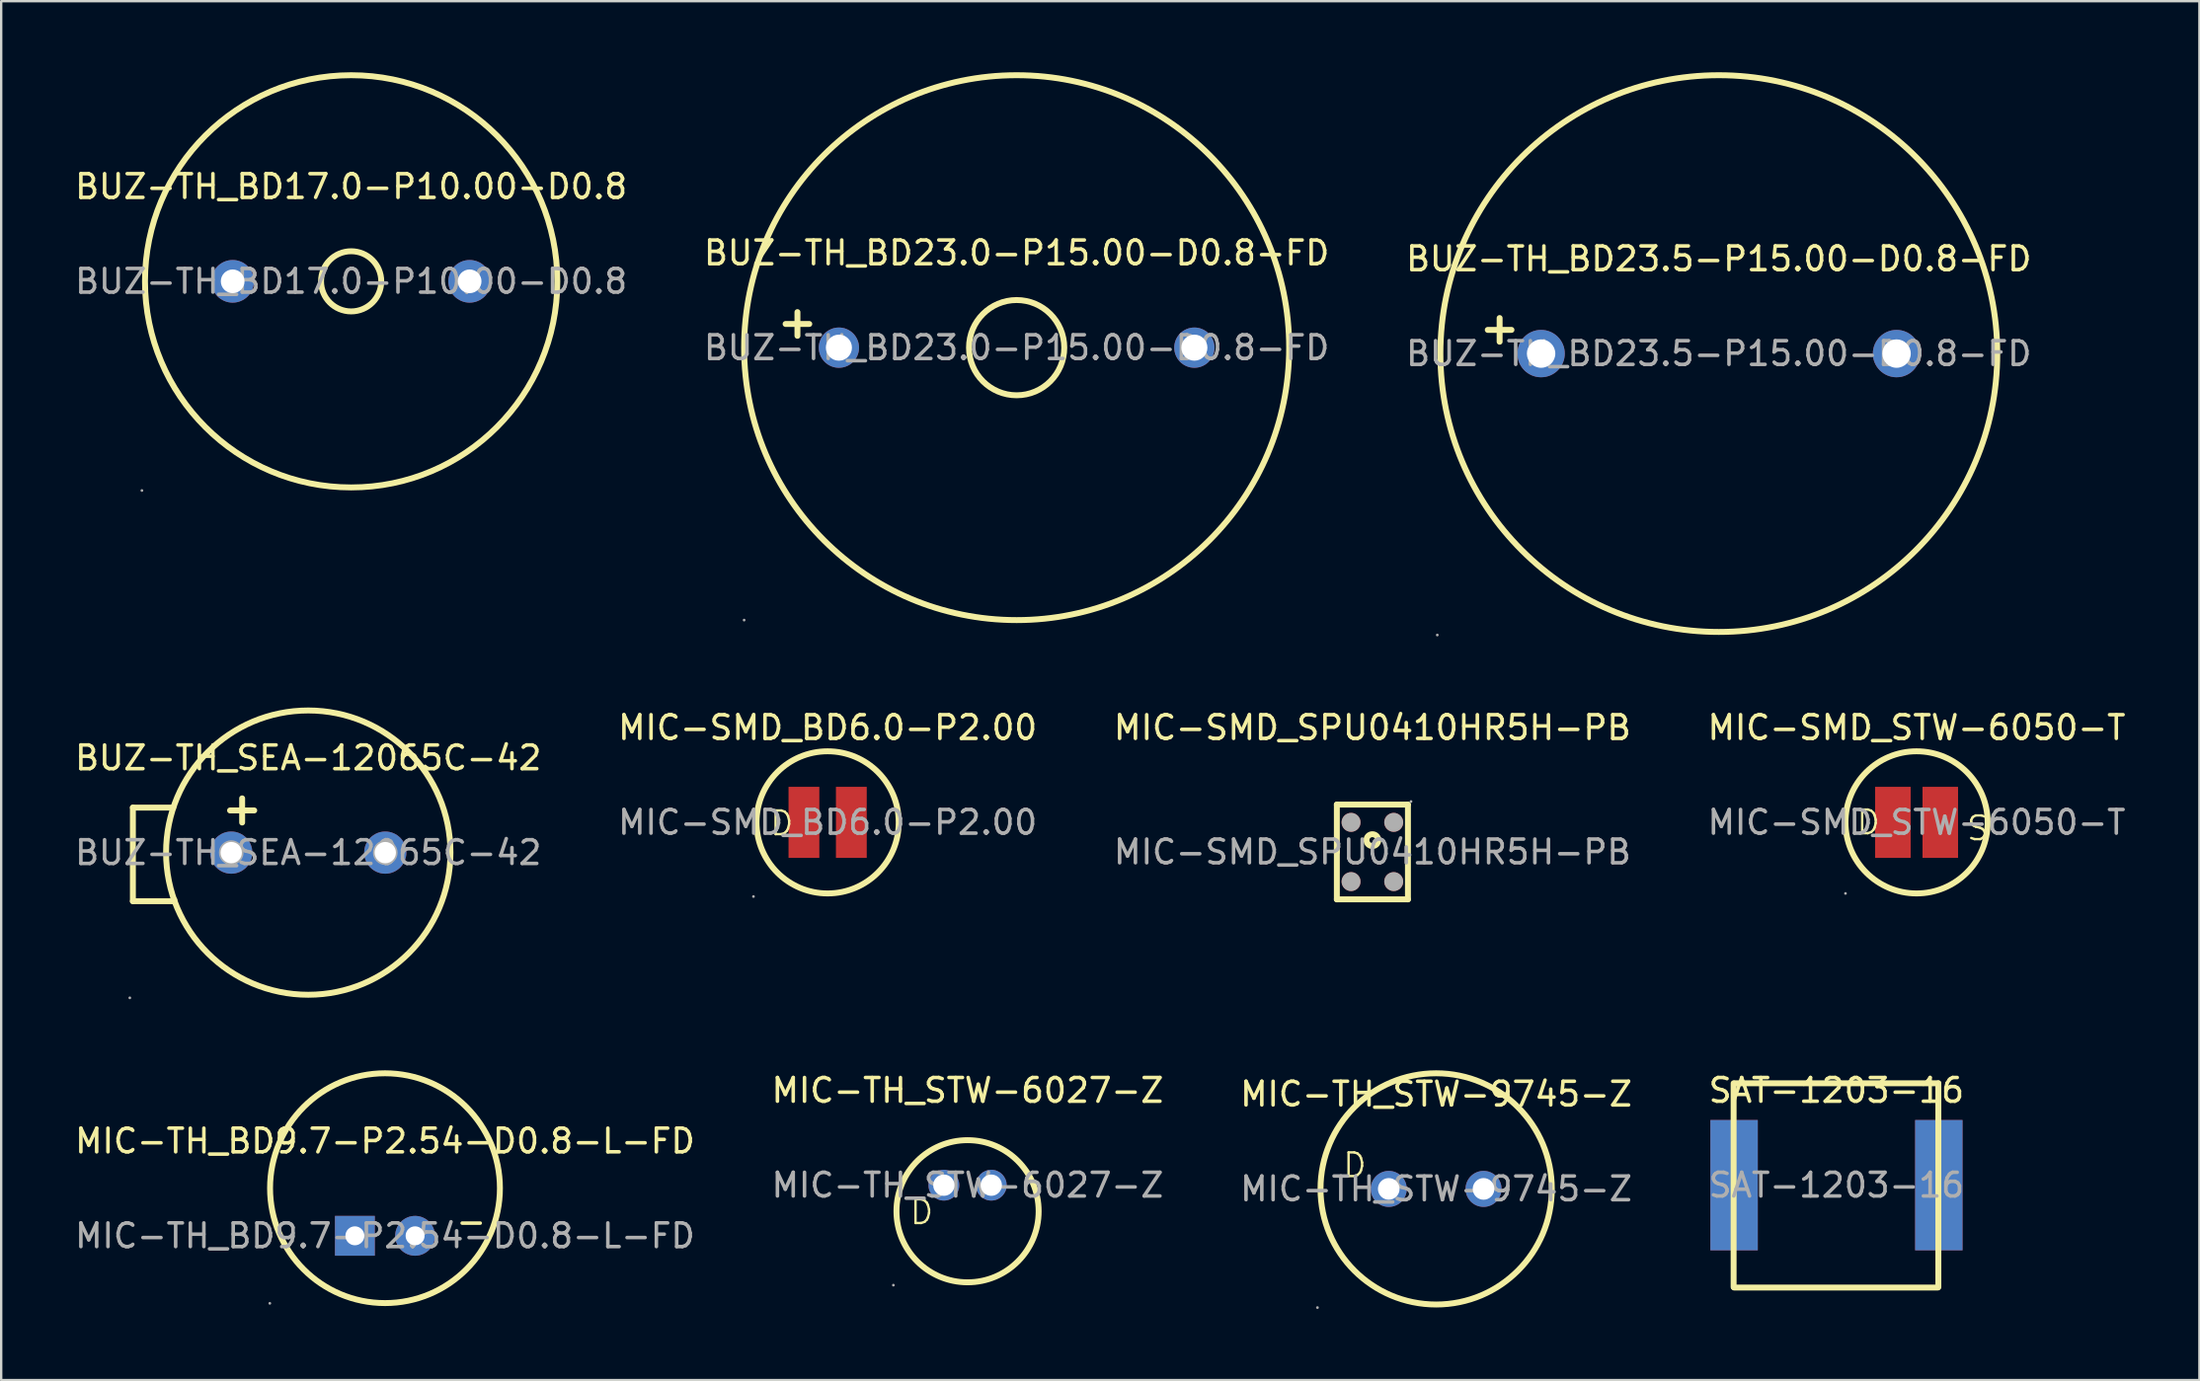
<source format=kicad_pcb>
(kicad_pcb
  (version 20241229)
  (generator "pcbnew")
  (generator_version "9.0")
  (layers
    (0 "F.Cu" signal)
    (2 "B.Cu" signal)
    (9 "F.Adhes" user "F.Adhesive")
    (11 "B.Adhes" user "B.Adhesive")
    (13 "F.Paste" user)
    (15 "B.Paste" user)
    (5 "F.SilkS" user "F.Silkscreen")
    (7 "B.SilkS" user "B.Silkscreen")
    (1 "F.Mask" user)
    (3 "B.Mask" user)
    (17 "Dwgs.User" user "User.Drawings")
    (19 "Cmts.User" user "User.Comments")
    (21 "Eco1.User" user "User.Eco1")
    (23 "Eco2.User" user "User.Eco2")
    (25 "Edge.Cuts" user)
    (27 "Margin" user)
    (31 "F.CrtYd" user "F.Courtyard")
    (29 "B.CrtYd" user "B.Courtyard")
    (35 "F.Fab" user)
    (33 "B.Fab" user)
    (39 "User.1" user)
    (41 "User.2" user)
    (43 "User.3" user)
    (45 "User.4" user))
  (footprint "MIC-TH_STW-9745-Z"
    (layer "F.Cu")
    (at 57.554 47.135)
    (property "Reference" "MIC-TH_STW-9745-Z" (at 0 -4 0) (layer "F.SilkS") (effects (font (size 1 1) (thickness 0.15))))
    (attr through_hole)
    (fp_circle (center 0 0) (end 4.88 0) (stroke (width 0.25) (type solid)) (fill no) (layer "F.SilkS"))
    (fp_circle (center -5.01 5.01) (end -4.98 5.01) (stroke (width 0.06) (type solid)) (fill no) (layer "F.Fab"))
    (fp_circle (center -2 0) (end -1.82 0) (stroke (width 0.36) (type solid)) (fill no) (layer "F.Fab"))
    (fp_circle (center 2 0) (end 2.18 0) (stroke (width 0.36) (type solid)) (fill no) (layer "F.Fab"))
    (fp_text user "D" (at -4 -1 0) (layer "F.SilkS") (effects (font (size 1 1) (thickness 0.1)) (justify left)))
    (fp_text user "${REFERENCE}" (at 0 0 0) (layer "F.Fab") (effects (font (size 1 1) (thickness 0.15))))
    (pad "1" thru_hole circle (at -2 0) (size 1.52 1.52) (drill 0.914) (layers "*.Cu" "*.Paste" "*.Mask"))
    (pad "2" thru_hole circle (at 2 0) (size 1.52 1.52) (drill 0.914) (layers "*.Cu" "*.Paste" "*.Mask")))
  (footprint "MIC-SMD_STW-6050-T"
    (layer "F.Cu")
    (at 77.827 31.663)
    (property "Reference" "MIC-SMD_STW-6050-T" (at 0 -4 0) (layer "F.SilkS") (effects (font (size 1 1) (thickness 0.15))))
    (attr through_hole)
    (fp_circle (center 0 0) (end 3 0) (stroke (width 0.25) (type solid)) (fill no) (layer "F.SilkS"))
    (fp_circle (center -3 3) (end -2.97 3) (stroke (width 0.06) (type solid)) (fill no) (layer "F.Fab"))
    (fp_text user "S" (at 2.05 0.25 0) (layer "F.SilkS") (effects (font (size 1 1) (thickness 0.1)) (justify left)))
    (fp_text user "D" (at -2.6 0 0) (layer "F.SilkS") (effects (font (size 1 1) (thickness 0.1)) (justify left)))
    (fp_text user "${REFERENCE}" (at 0 0 0) (layer "F.Fab") (effects (font (size 1 1) (thickness 0.15))))
    (pad "1" smd rect (at -1 0) (size 1.5 3) (layers "F.Cu" "F.Mask" "F.Paste"))
    (pad "2" smd rect (at 1 0) (size 1.5 3) (layers "F.Cu" "F.Mask" "F.Paste")))
  (footprint "BUZ-TH_BD23.5-P15.00-D0.8-FD"
    (layer "F.Cu")
    (at 69.482 11.875)
    (property "Reference" "BUZ-TH_BD23.5-P15.00-D0.8-FD" (at 0 -4 0) (layer "F.SilkS") (effects (font (size 1 1) (thickness 0.15))))
    (attr through_hole)
    (fp_line (start -9.25 -1.5) (end -9.25 -1) (stroke (width 0.25) (type solid)) (layer "F.SilkS"))
    (fp_line (start -9.25 -1) (end -9.25 -0.5) (stroke (width 0.25) (type solid)) (layer "F.SilkS"))
    (fp_line (start -8.75 -1) (end -9.75 -1) (stroke (width 0.25) (type solid)) (layer "F.SilkS"))
    (fp_circle (center 0 0) (end 11.75 0) (stroke (width 0.25) (type solid)) (fill no) (layer "F.SilkS"))
    (fp_circle (center -11.88 11.88) (end -11.85 11.88) (stroke (width 0.06) (type solid)) (fill no) (layer "F.Fab"))
    (fp_circle (center -7.5 0) (end -7.25 0) (stroke (width 0.5) (type solid)) (fill no) (layer "F.Fab"))
    (fp_circle (center 7.5 0) (end 7.75 0) (stroke (width 0.5) (type solid)) (fill no) (layer "F.Fab"))
    (fp_text user "${REFERENCE}" (at 0 0 0) (layer "F.Fab") (effects (font (size 1 1) (thickness 0.15))))
    (pad "1" thru_hole circle (at -7.5 0) (size 2 2) (drill 1.2) (layers "*.Cu" "*.Paste" "*.Mask"))
    (pad "2" thru_hole circle (at 7.5 0) (size 2 2) (drill 1.2) (layers "*.Cu" "*.Paste" "*.Mask")))
  (footprint "MIC-TH_STW-6027-Z"
    (layer "F.Cu")
    (at 37.78 46.978)
    (property "Reference" "MIC-TH_STW-6027-Z" (at 0 -4 0) (layer "F.SilkS") (effects (font (size 1 1) (thickness 0.15))))
    (attr through_hole)
    (fp_circle (center 0 1.1) (end 3 1.1) (stroke (width 0.25) (type solid)) (fill no) (layer "F.SilkS"))
    (fp_circle (center -3.13 4.22) (end -3.1 4.22) (stroke (width 0.06) (type solid)) (fill no) (layer "F.Fab"))
    (fp_circle (center -1 0) (end -0.82 0) (stroke (width 0.35) (type solid)) (fill no) (layer "F.Fab"))
    (fp_circle (center 1 0) (end 1.18 0) (stroke (width 0.35) (type solid)) (fill no) (layer "F.Fab"))
    (fp_text user "D" (at -2.5 1.14 0) (layer "F.SilkS") (effects (font (size 1 1) (thickness 0.1)) (justify left)))
    (fp_text user "${REFERENCE}" (at 0 0 0) (layer "F.Fab") (effects (font (size 1 1) (thickness 0.15))))
    (pad "1" thru_hole circle (at -1 0) (size 1.3 1.3) (drill 0.9) (layers "*.Cu" "*.Paste" "*.Mask"))
    (pad "2" thru_hole circle (at 1 0) (size 1.3 1.3) (drill 0.9) (layers "*.Cu" "*.Paste" "*.Mask")))
  (footprint "BUZ-TH_SEA-12065C-42"
    (layer "F.Cu")
    (at 9.958 32.94)
    (property "Reference" "BUZ-TH_SEA-12065C-42" (at 0 -4 0) (layer "F.SilkS") (effects (font (size 1 1) (thickness 0.15))))
    (attr through_hole)
    (fp_line (start -7.4 -1.9) (end -7.4 2.05) (stroke (width 0.25) (type solid)) (layer "F.SilkS"))
    (fp_line (start -7.4 2.05) (end -5.7 2.05) (stroke (width 0.25) (type solid)) (layer "F.SilkS"))
    (fp_line (start -5.7 -1.9) (end -7.4 -1.9) (stroke (width 0.25) (type solid)) (layer "F.SilkS"))
    (fp_line (start -5.7 2.05) (end -5.65 2) (stroke (width 0.25) (type solid)) (layer "F.SilkS"))
    (fp_line (start -3.3 -1.78) (end -2.28 -1.78) (stroke (width 0.25) (type solid)) (layer "F.SilkS"))
    (fp_line (start -2.79 -2.29) (end -2.79 -1.27) (stroke (width 0.25) (type solid)) (layer "F.SilkS"))
    (fp_circle (center 0 0) (end 6 0) (stroke (width 0.25) (type solid)) (fill no) (layer "F.SilkS"))
    (fp_circle (center -7.53 6.13) (end -7.5 6.13) (stroke (width 0.06) (type solid)) (fill no) (layer "F.Fab"))
    (fp_circle (center -3.25 0) (end -3.08 0) (stroke (width 0.35) (type solid)) (fill no) (layer "F.Fab"))
    (fp_circle (center 3.25 0) (end 3.42 0) (stroke (width 0.35) (type solid)) (fill no) (layer "F.Fab"))
    (fp_text user "${REFERENCE}" (at 0 0 0) (layer "F.Fab") (effects (font (size 1 1) (thickness 0.15))))
    (pad "1" thru_hole circle (at -3.25 0) (size 1.78 1.78) (drill 0.899) (layers "*.Cu" "*.Paste" "*.Mask"))
    (pad "2" thru_hole circle (at 3.25 0) (size 1.78 1.78) (drill 0.899) (layers "*.Cu" "*.Paste" "*.Mask")))
  (footprint "SAT-1203-16"
    (layer "F.Cu")
    (at 74.446 46.978)
    (property "Reference" "SAT-1203-16" (at 0 -4 0) (layer "F.SilkS") (effects (font (size 1 1) (thickness 0.15))))
    (attr through_hole)
    (fp_line (start -4.34 4.3) (end -4.34 -4.3) (stroke (width 0.25) (type solid)) (layer "F.SilkS"))
    (fp_line (start -4.32 4.32) (end 4.28 4.32) (stroke (width 0.25) (type solid)) (layer "F.SilkS"))
    (fp_line (start -4.3 -4.3) (end 4.3 -4.3) (stroke (width 0.25) (type solid)) (layer "F.SilkS"))
    (fp_line (start 4.3 4.3) (end 4.3 -4.3) (stroke (width 0.25) (type solid)) (layer "F.SilkS"))
    (fp_text user "${REFERENCE}" (at 0 0 0) (layer "F.Fab") (effects (font (size 1 1) (thickness 0.15))))
    (pad "1" thru_hole rect (at -4.32 0 90) (size 5.5 2) (drill 0.000051) (layers "F.Cu" "F.Mask" "F.Paste"))
    (pad "2" thru_hole rect (at 4.32 0 90) (size 5.5 2) (drill 0.000051) (layers "F.Cu" "F.Mask" "F.Paste")))
  (footprint "MIC-TH_BD9.7-P2.54-D0.8-L-FD"
    (layer "F.Cu")
    (at 13.196 49.115)
    (property "Reference" "MIC-TH_BD9.7-P2.54-D0.8-L-FD" (at 0 -4 0) (layer "F.SilkS") (effects (font (size 1 1) (thickness 0.15))))
    (attr through_hole)
    (fp_circle (center 0 -2.01) (end 4.85 -2.01) (stroke (width 0.25) (type solid)) (fill no) (layer "F.SilkS"))
    (fp_circle (center -4.86 2.85) (end -4.83 2.85) (stroke (width 0.06) (type solid)) (fill no) (layer "F.Fab"))
    (fp_circle (center -1.27 0) (end -1.15 0) (stroke (width 0.25) (type solid)) (fill no) (layer "F.Fab"))
    (fp_circle (center 1.27 0) (end 1.39 0) (stroke (width 0.25) (type solid)) (fill no) (layer "F.Fab"))
    (fp_text user "-" (at 2.92 -0.61 180) (layer "F.SilkS") (effects (font (size 1 1) (thickness 0.15)) (justify left)))
    (fp_text user "${REFERENCE}" (at 0 0 0) (layer "F.Fab") (effects (font (size 1 1) (thickness 0.15))))
    (pad "1" thru_hole rect (at -1.27 0 90) (size 1.68 1.68) (drill 0.8) (layers "*.Cu" "*.Paste" "*.Mask"))
    (pad "2" thru_hole circle (at 1.27 0 90) (size 1.68 1.68) (drill 0.8) (layers "*.Cu" "*.Paste" "*.Mask")))
  (footprint "BUZ-TH_BD23.0-P15.00-D0.8-FD"
    (layer "F.Cu")
    (at 39.851 11.625)
    (property "Reference" "BUZ-TH_BD23.0-P15.00-D0.8-FD" (at 0 -4 0) (layer "F.SilkS") (effects (font (size 1 1) (thickness 0.15))))
    (attr through_hole)
    (fp_line (start -9.25 -1.5) (end -9.25 -1) (stroke (width 0.25) (type solid)) (layer "F.SilkS"))
    (fp_line (start -9.25 -1) (end -9.25 -0.5) (stroke (width 0.25) (type solid)) (layer "F.SilkS"))
    (fp_line (start -8.75 -1) (end -9.75 -1) (stroke (width 0.25) (type solid)) (layer "F.SilkS"))
    (fp_circle (center 0 0) (end 2.01 0) (stroke (width 0.25) (type solid)) (fill no) (layer "F.SilkS"))
    (fp_circle (center 0 0) (end 11.5 0) (stroke (width 0.25) (type solid)) (fill no) (layer "F.SilkS"))
    (fp_circle (center -11.5 11.5) (end -11.47 11.5) (stroke (width 0.06) (type solid)) (fill no) (layer "F.Fab"))
    (fp_circle (center -7.5 0) (end -7.3 0) (stroke (width 0.4) (type solid)) (fill no) (layer "F.Fab"))
    (fp_circle (center 7.5 0) (end 7.7 0) (stroke (width 0.4) (type solid)) (fill no) (layer "F.Fab"))
    (fp_text user "${REFERENCE}" (at 0 0 0) (layer "F.Fab") (effects (font (size 1 1) (thickness 0.15))))
    (pad "1" thru_hole circle (at -7.5 0) (size 1.7 1.7) (drill 1.1) (layers "*.Cu" "*.Paste" "*.Mask"))
    (pad "2" thru_hole circle (at 7.5 0) (size 1.7 1.7) (drill 1.1) (layers "*.Cu" "*.Paste" "*.Mask")))
  (footprint "MIC-SMD_BD6.0-P2.00"
    (layer "F.Cu")
    (at 31.875 31.663)
    (property "Reference" "MIC-SMD_BD6.0-P2.00" (at 0 -4 0) (layer "F.SilkS") (effects (font (size 1 1) (thickness 0.15))))
    (attr through_hole)
    (fp_circle (center 0 0) (end 3 0) (stroke (width 0.25) (type solid)) (fill no) (layer "F.SilkS"))
    (fp_circle (center -3.13 3.13) (end -3.1 3.13) (stroke (width 0.06) (type solid)) (fill no) (layer "F.Fab"))
    (fp_text user "D" (at -2.5 0.04 0) (layer "F.SilkS") (effects (font (size 1 1) (thickness 0.1)) (justify left)))
    (fp_text user "${REFERENCE}" (at 0 0 0) (layer "F.Fab") (effects (font (size 1 1) (thickness 0.15))))
    (pad "1" smd rect (at -1 0) (size 1.3 3) (layers "F.Cu" "F.Mask" "F.Paste"))
    (pad "2" smd rect (at 1 0) (size 1.3 3) (layers "F.Cu" "F.Mask" "F.Paste")))
  (footprint "BUZ-TH_BD17.0-P10.00-D0.8"
    (layer "F.Cu")
    (at 11.768 8.825)
    (property "Reference" "BUZ-TH_BD17.0-P10.00-D0.8" (at 0 -4 0) (layer "F.SilkS") (effects (font (size 1 1) (thickness 0.15))))
    (attr through_hole)
    (fp_circle (center 0 0) (end 1.27 0) (stroke (width 0.25) (type solid)) (fill no) (layer "F.SilkS"))
    (fp_circle (center 0 0) (end 8.7 0) (stroke (width 0.25) (type solid)) (fill no) (layer "F.SilkS"))
    (fp_circle (center -8.83 8.83) (end -8.8 8.83) (stroke (width 0.06) (type solid)) (fill no) (layer "F.Fab"))
    (fp_circle (center -5 0) (end -4.8 0) (stroke (width 0.4) (type solid)) (fill no) (layer "F.Fab"))
    (fp_circle (center 5 0) (end 5.2 0) (stroke (width 0.4) (type solid)) (fill no) (layer "F.Fab"))
    (fp_text user "${REFERENCE}" (at 0 0 0) (layer "F.Fab") (effects (font (size 1 1) (thickness 0.15))))
    (pad "1" thru_hole circle (at -5 0) (size 1.8 1.8) (drill 1) (layers "*.Cu" "*.Paste" "*.Mask"))
    (pad "2" thru_hole circle (at 5 0) (size 1.8 1.8) (drill 1) (layers "*.Cu" "*.Paste" "*.Mask")))
  (footprint "MIC-SMD_SPU0410HR5H-PB"
    (layer "F.Cu")
    (at 54.863 32.913)
    (property "Reference" "MIC-SMD_SPU0410HR5H-PB" (at 0 -5.25 0) (layer "F.SilkS") (effects (font (size 1 1) (thickness 0.15))))
    (attr through_hole)
    (fp_line (start -1.5 -2) (end 1.5 -2) (stroke (width 0.25) (type solid)) (layer "F.SilkS"))
    (fp_line (start -1.5 0) (end -1.5 -2) (stroke (width 0.25) (type solid)) (layer "F.SilkS"))
    (fp_line (start -1.5 2) (end -1.5 0) (stroke (width 0.25) (type solid)) (layer "F.SilkS"))
    (fp_line (start 1.5 -2) (end 1.5 2) (stroke (width 0.25) (type solid)) (layer "F.SilkS"))
    (fp_line (start 1.5 2) (end -1.5 2) (stroke (width 0.25) (type solid)) (layer "F.SilkS"))
    (fp_circle (center 0 -0.5) (end 0.25 -0.5) (stroke (width 0.25) (type solid)) (fill no) (layer "F.SilkS"))
    (fp_circle (center -0.9 -1.25) (end -0.7 -1.25) (stroke (width 0.4) (type solid)) (fill no) (layer "F.Fab"))
    (fp_circle (center -0.9 1.25) (end -0.7 1.25) (stroke (width 0.4) (type solid)) (fill no) (layer "F.Fab"))
    (fp_circle (center 0.9 -1.25) (end 1.1 -1.25) (stroke (width 0.4) (type solid)) (fill no) (layer "F.Fab"))
    (fp_circle (center 0.9 1.25) (end 1.1 1.25) (stroke (width 0.4) (type solid)) (fill no) (layer "F.Fab"))
    (fp_circle (center 1.63 -2.13) (end 1.66 -2.13) (stroke (width 0.06) (type solid)) (fill no) (layer "F.Fab"))
    (fp_text user "${REFERENCE}" (at 0 0 0) (layer "F.Fab") (effects (font (size 1 1) (thickness 0.15))))
    (pad "1" smd circle (at 0.9 -1.25 270) (size 0.8 0.8) (layers "F.Cu" "F.Mask" "F.Paste"))
    (pad "2" smd circle (at 0.9 1.25 270) (size 0.8 0.8) (layers "F.Cu" "F.Mask" "F.Paste"))
    (pad "3" smd circle (at -0.9 1.25 270) (size 0.8 0.8) (layers "F.Cu" "F.Mask" "F.Paste"))
    (pad "4" smd circle (at -0.9 -1.25 270) (size 0.8 0.8) (layers "F.Cu" "F.Mask" "F.Paste")))
  (gr_rect
    (start -3 -3)
    (end 89.762 55.205)
    (stroke (width 0.1) (type default))
    (fill no)
    (layer "Edge.Cuts")))
</source>
